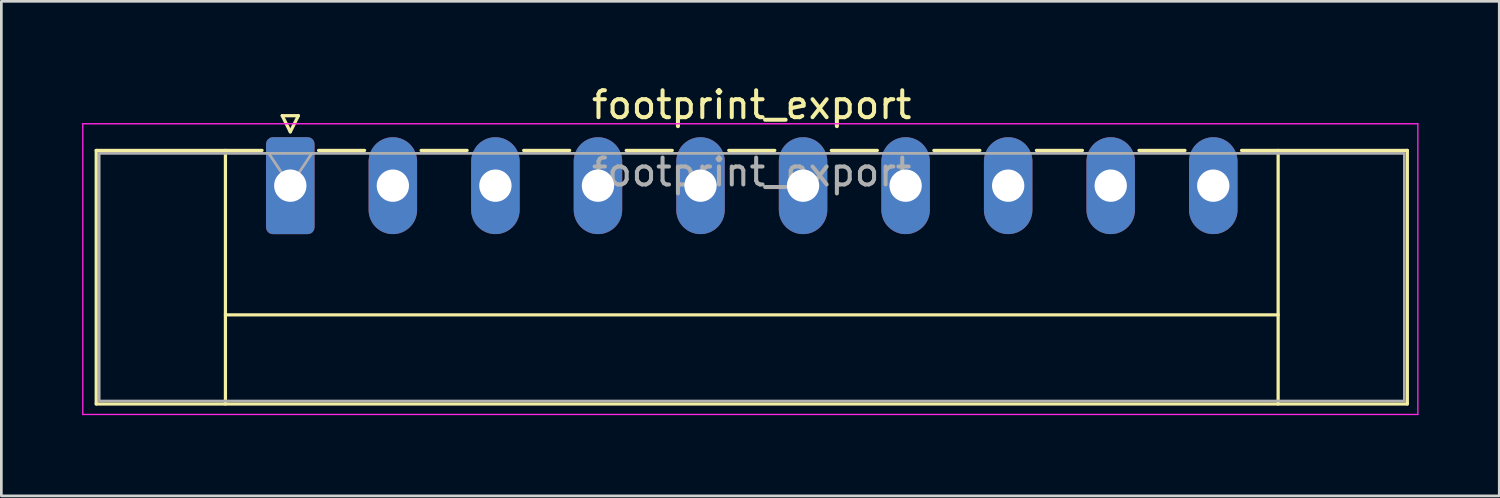
<source format=kicad_pcb>
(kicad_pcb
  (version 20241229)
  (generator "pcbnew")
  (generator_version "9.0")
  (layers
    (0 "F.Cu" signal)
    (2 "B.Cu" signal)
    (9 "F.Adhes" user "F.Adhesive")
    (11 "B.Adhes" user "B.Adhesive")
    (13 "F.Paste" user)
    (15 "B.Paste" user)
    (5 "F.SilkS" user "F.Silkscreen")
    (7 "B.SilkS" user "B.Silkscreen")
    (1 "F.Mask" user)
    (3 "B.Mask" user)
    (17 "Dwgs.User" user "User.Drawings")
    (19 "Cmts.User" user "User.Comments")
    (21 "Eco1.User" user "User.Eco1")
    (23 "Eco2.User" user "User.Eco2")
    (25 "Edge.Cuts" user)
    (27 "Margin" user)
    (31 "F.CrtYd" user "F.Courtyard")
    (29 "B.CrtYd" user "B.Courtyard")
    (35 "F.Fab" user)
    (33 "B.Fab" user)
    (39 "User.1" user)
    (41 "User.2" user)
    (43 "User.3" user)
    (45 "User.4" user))
  (footprint "footprint_export"
    (layer "F.Cu")
    (at 7.735 3.848)
    (property "Reference" "footprint_export" (at 17.14 -3 0) (layer "F.SilkS") (effects (font (size 1 1) (thickness 0.15))))
    (attr through_hole)
    (fp_line (start -7.21 -1.31) (end -7.21 8.11) (stroke (width 0.12) (type solid)) (layer "F.SilkS"))
    (fp_line (start -7.21 -1.31) (end -1.05 -1.31) (stroke (width 0.12) (type solid)) (layer "F.SilkS"))
    (fp_line (start -7.21 8.11) (end 41.5 8.11) (stroke (width 0.12) (type solid)) (layer "F.SilkS"))
    (fp_line (start -2.41 -1.31) (end -2.41 8.11) (stroke (width 0.12) (type solid)) (layer "F.SilkS"))
    (fp_line (start -2.41 4.8) (end 36.7 4.8) (stroke (width 0.12) (type solid)) (layer "F.SilkS"))
    (fp_line (start -0.3 -2.6) (end 0.3 -2.6) (stroke (width 0.12) (type solid)) (layer "F.SilkS"))
    (fp_line (start 0 -2) (end -0.3 -2.6) (stroke (width 0.12) (type solid)) (layer "F.SilkS"))
    (fp_line (start 0.3 -2.6) (end 0 -2) (stroke (width 0.12) (type solid)) (layer "F.SilkS"))
    (fp_line (start 1.05 -1.31) (end 2.76 -1.31) (stroke (width 0.12) (type solid)) (layer "F.SilkS"))
    (fp_line (start 4.86 -1.31) (end 6.57 -1.31) (stroke (width 0.12) (type solid)) (layer "F.SilkS"))
    (fp_line (start 8.67 -1.31) (end 10.38 -1.31) (stroke (width 0.12) (type solid)) (layer "F.SilkS"))
    (fp_line (start 12.48 -1.31) (end 14.19 -1.31) (stroke (width 0.12) (type solid)) (layer "F.SilkS"))
    (fp_line (start 16.29 -1.31) (end 18 -1.31) (stroke (width 0.12) (type solid)) (layer "F.SilkS"))
    (fp_line (start 20.1 -1.31) (end 21.81 -1.31) (stroke (width 0.12) (type solid)) (layer "F.SilkS"))
    (fp_line (start 23.91 -1.31) (end 25.62 -1.31) (stroke (width 0.12) (type solid)) (layer "F.SilkS"))
    (fp_line (start 27.72 -1.31) (end 29.43 -1.31) (stroke (width 0.12) (type solid)) (layer "F.SilkS"))
    (fp_line (start 31.53 -1.31) (end 33.24 -1.31) (stroke (width 0.12) (type solid)) (layer "F.SilkS"))
    (fp_line (start 36.7 -1.31) (end 36.7 8.11) (stroke (width 0.12) (type solid)) (layer "F.SilkS"))
    (fp_line (start 41.5 -1.31) (end 35.34 -1.31) (stroke (width 0.12) (type solid)) (layer "F.SilkS"))
    (fp_line (start 41.5 8.11) (end 41.5 -1.31) (stroke (width 0.12) (type solid)) (layer "F.SilkS"))
    (fp_line (start -7.71 -2.3) (end -7.71 8.5) (stroke (width 0.05) (type solid)) (layer "F.CrtYd"))
    (fp_line (start -7.71 8.5) (end 41.89 8.5) (stroke (width 0.05) (type solid)) (layer "F.CrtYd"))
    (fp_line (start 41.89 -2.3) (end -7.71 -2.3) (stroke (width 0.05) (type solid)) (layer "F.CrtYd"))
    (fp_line (start 41.89 8.5) (end 41.89 -2.3) (stroke (width 0.05) (type solid)) (layer "F.CrtYd"))
    (fp_line (start -7.1 -1.2) (end -7.1 8) (stroke (width 0.1) (type solid)) (layer "F.Fab"))
    (fp_line (start -7.1 8) (end 41.39 8) (stroke (width 0.1) (type solid)) (layer "F.Fab"))
    (fp_line (start 0 0) (end -0.8 -1.2) (stroke (width 0.1) (type solid)) (layer "F.Fab"))
    (fp_line (start 0.8 -1.2) (end 0 0) (stroke (width 0.1) (type solid)) (layer "F.Fab"))
    (fp_line (start 41.39 -1.2) (end -7.1 -1.2) (stroke (width 0.1) (type solid)) (layer "F.Fab"))
    (fp_line (start 41.39 8) (end 41.39 -1.2) (stroke (width 0.1) (type solid)) (layer "F.Fab"))
    (fp_text user "${REFERENCE}" (at 17.14 -0.5 0) (layer "F.Fab") (effects (font (size 1 1) (thickness 0.15))))
    (pad "1" thru_hole roundrect (at 0 0) (size 1.8 3.6) (drill 1.2) (layers "*.Cu" "*.Mask") (roundrect_rratio 0.139))
    (pad "2" thru_hole oval (at 3.81 0) (size 1.8 3.6) (drill 1.2) (layers "*.Cu" "*.Mask"))
    (pad "3" thru_hole oval (at 7.62 0) (size 1.8 3.6) (drill 1.2) (layers "*.Cu" "*.Mask"))
    (pad "4" thru_hole oval (at 11.43 0) (size 1.8 3.6) (drill 1.2) (layers "*.Cu" "*.Mask"))
    (pad "5" thru_hole oval (at 15.24 0) (size 1.8 3.6) (drill 1.2) (layers "*.Cu" "*.Mask"))
    (pad "6" thru_hole oval (at 19.05 0) (size 1.8 3.6) (drill 1.2) (layers "*.Cu" "*.Mask"))
    (pad "7" thru_hole oval (at 22.86 0) (size 1.8 3.6) (drill 1.2) (layers "*.Cu" "*.Mask"))
    (pad "8" thru_hole oval (at 26.67 0) (size 1.8 3.6) (drill 1.2) (layers "*.Cu" "*.Mask"))
    (pad "9" thru_hole oval (at 30.48 0) (size 1.8 3.6) (drill 1.2) (layers "*.Cu" "*.Mask"))
    (pad "10" thru_hole oval (at 34.29 0) (size 1.8 3.6) (drill 1.2) (layers "*.Cu" "*.Mask")))
  (gr_rect
    (start -3 -3)
    (end 52.65 15.373)
    (stroke (width 0.1) (type default))
    (fill no)
    (layer "Edge.Cuts")))
</source>
